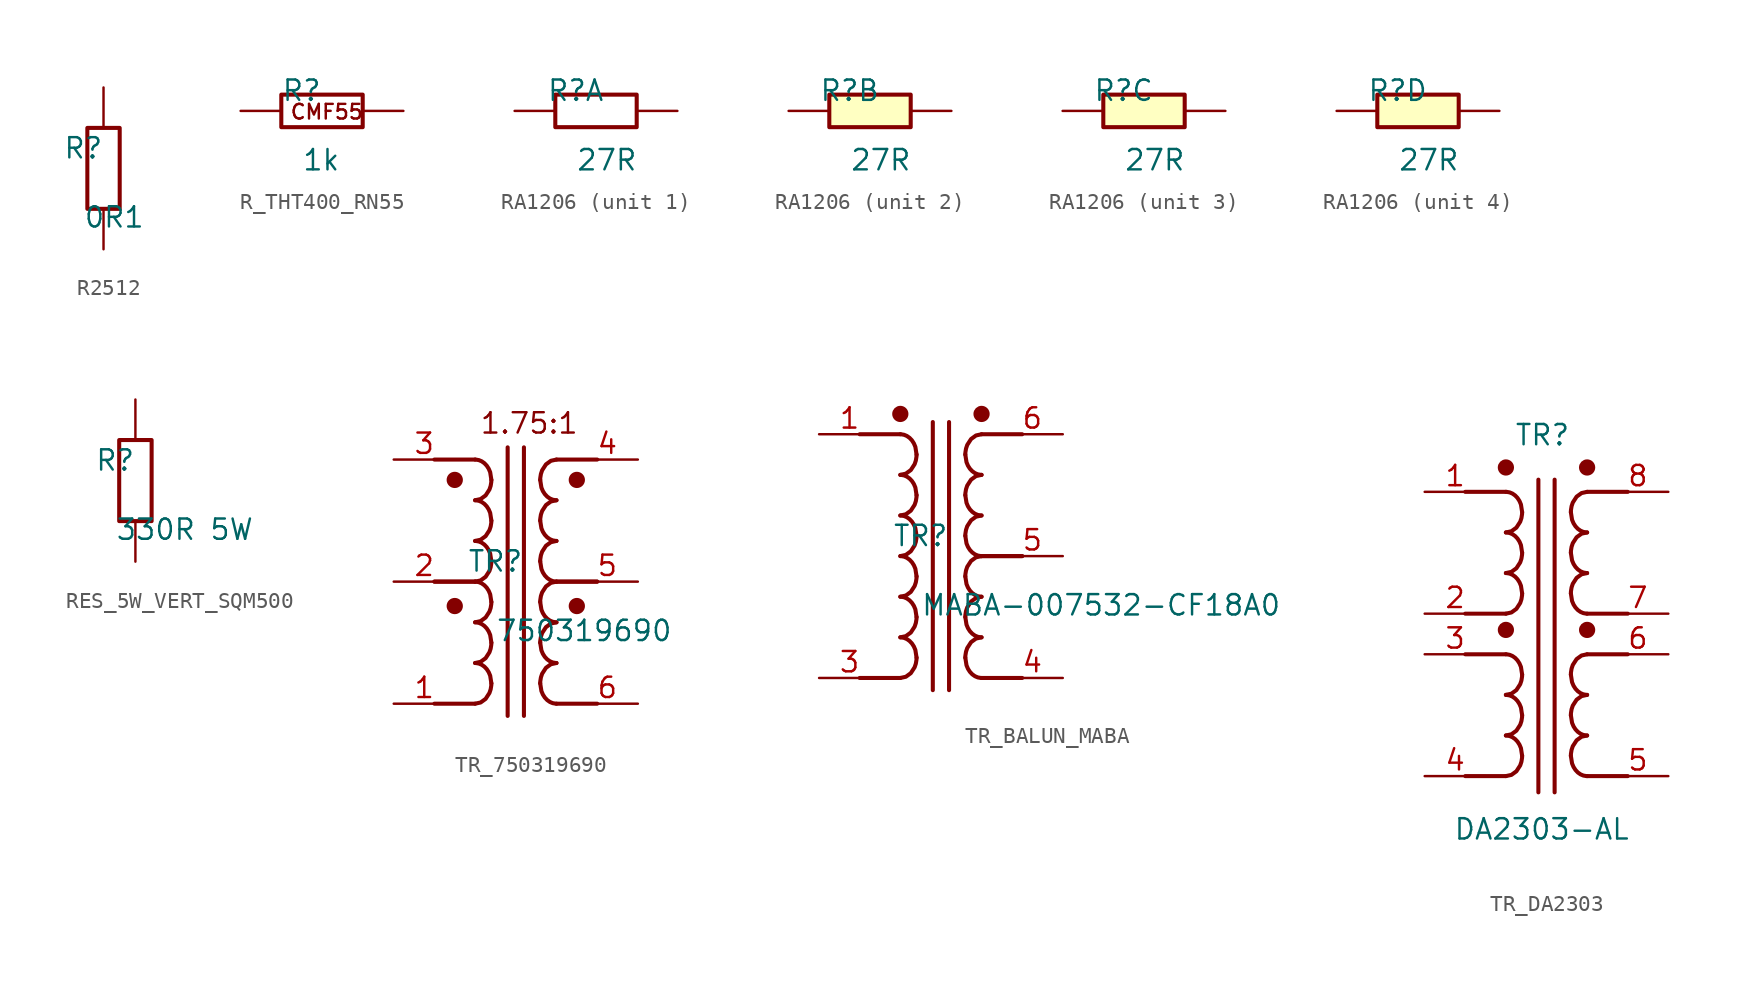
<source format=kicad_sym>
(kicad_symbol_lib
  (version 20231120)
  (generator "kicad_symbol_editor")
  (generator_version "8.0")
  (symbol "R2512"
    (property "Reference" "R"
      (at -1.27 1.27 0)
      (effects (font (size 1.27 1.27))))
    (property "Value" "0R1"
      (at -1.27 -3.81 0)
      (effects (font (size 1.27 1.27)) (justify left bottom)))
    (symbol "R2512_1_0"
      (rectangle (start -1.016 2.54) (end 1.016 -2.54) (stroke (width 0.254) (type solid)) (fill (type none)))
      (pin passive line (at 0 5.08 270) (length 2.54) (name "1" (effects (font (size 0 0)))) (number "1" (effects (font (size 0 0)))))
      (pin passive line (at 0 -5.08 90) (length 2.54) (name "2" (effects (font (size 0 0)))) (number "2" (effects (font (size 0 0)))))))
  (symbol "R_THT400_RN55"
    (property "Reference" "R"
      (at -1.27 1.27 0)
      (effects (font (size 1.27 1.27))))
    (property "Value" "1k"
      (at -1.27 -3.81 0)
      (effects (font (size 1.27 1.27)) (justify left bottom)))
    (symbol "R_THT400_RN55_1_0"
      (rectangle (start -2.54 1.016) (end 2.54 -1.016) (stroke (width 0.254) (type solid)) (fill (type none)))
      (text "CMF55" (at -2.041 -0.594 0) (effects (font (size 0.914 0.914)) (justify left bottom)))
      (pin passive line (at -5.08 0 0) (length 2.54) (name "1" (effects (font (size 0 0)))) (number "1" (effects (font (size 0 0)))))
      (pin passive line (at 5.08 0 180) (length 2.54) (name "2" (effects (font (size 0 0)))) (number "2" (effects (font (size 0 0)))))))
  (symbol "RA1206"
    (property "Reference" "R"
      (at -1.27 1.27 0)
      (effects (font (size 1.27 1.27))))
    (property "Value" "27R"
      (at -1.27 -3.81 0)
      (effects (font (size 1.27 1.27)) (justify left bottom)))
    (symbol "RA1206_1_0"
      (rectangle (start -2.54 1.016) (end 2.54 -1.016) (stroke (width 0.254) (type solid)) (fill (type none)))
      (pin passive line (at -5.08 0 0) (length 2.54) (name "1" (effects (font (size 0 0)))) (number "1" (effects (font (size 0 0)))))
      (pin passive line (at 5.08 0 180) (length 2.54) (name "8" (effects (font (size 0 0)))) (number "8" (effects (font (size 0 0))))))
    (symbol "RA1206_2_0"
      (rectangle (start 2.54 1.016) (end -2.54 -1.016) (stroke (width 0.254) (type solid)) (fill (type background)))
      (pin passive line (at -5.08 0 0) (length 2.54) (name "2" (effects (font (size 0 0)))) (number "2" (effects (font (size 0 0)))))
      (pin passive line (at 5.08 0 180) (length 2.54) (name "7" (effects (font (size 0 0)))) (number "7" (effects (font (size 0 0))))))
    (symbol "RA1206_3_0"
      (rectangle (start 2.54 1.016) (end -2.54 -1.016) (stroke (width 0.254) (type solid)) (fill (type background)))
      (pin passive line (at -5.08 0 0) (length 2.54) (name "3" (effects (font (size 0 0)))) (number "3" (effects (font (size 0 0)))))
      (pin passive line (at 5.08 0 180) (length 2.54) (name "6" (effects (font (size 0 0)))) (number "6" (effects (font (size 0 0))))))
    (symbol "RA1206_4_0"
      (rectangle (start 2.54 1.016) (end -2.54 -1.016) (stroke (width 0.254) (type solid)) (fill (type background)))
      (pin passive line (at -5.08 0 0) (length 2.54) (name "4" (effects (font (size 0 0)))) (number "4" (effects (font (size 0 0)))))
      (pin passive line (at 5.08 0 180) (length 2.54) (name "5" (effects (font (size 0 0)))) (number "5" (effects (font (size 0 0)))))))
  (symbol "RES_5W_VERT_SQM500"
    (property "Reference" "R"
      (at -1.27 1.27 0)
      (effects (font (size 1.27 1.27))))
    (property "Value" "330R 5W"
      (at -1.27 -3.81 0)
      (effects (font (size 1.27 1.27)) (justify left bottom)))
    (symbol "RES_5W_VERT_SQM500_1_0"
      (rectangle (start -1.016 2.54) (end 1.016 -2.54) (stroke (width 0.254) (type solid)) (fill (type none)))
      (pin passive line (at 0 5.08 270) (length 2.54) (name "1" (effects (font (size 0 0)))) (number "1" (effects (font (size 0 0)))))
      (pin passive line (at 0 -5.08 90) (length 2.54) (name "2" (effects (font (size 0 0)))) (number "2" (effects (font (size 0 0)))))))
  (symbol "TR_750319690"
    (property "Reference" "TR"
      (at -1.27 1.27 0)
      (effects (font (size 1.27 1.27))))
    (property "Value" "750319690"
      (at -1.27 -3.81 0)
      (effects (font (size 1.27 1.27)) (justify left bottom)))
    (symbol "TR_750319690_1_0"
      (circle (center -3.81 -1.524) (radius 0.254) (stroke (width 0.508) (type solid)) (fill (type none)))
      (circle (center -3.81 6.35) (radius 0.254) (stroke (width 0.508) (type solid)) (fill (type none)))
      (bezier (pts (xy -2.54 -7.62) (xy -1.979 -7.62) (xy -1.524 -7.051) (xy -1.524 -6.35)) (stroke (width 0.254) (type solid)) (fill (type none)))
      (bezier (pts (xy -2.54 -5.08) (xy -1.979 -5.08) (xy -1.524 -4.511) (xy -1.524 -3.81)) (stroke (width 0.254) (type solid)) (fill (type none)))
      (bezier (pts (xy -2.54 -2.54) (xy -1.979 -2.54) (xy -1.524 -1.971) (xy -1.524 -1.27)) (stroke (width 0.254) (type solid)) (fill (type none)))
      (bezier (pts (xy -2.54 0) (xy -1.979 0) (xy -1.524 0.569) (xy -1.524 1.27)) (stroke (width 0.254) (type solid)) (fill (type none)))
      (bezier (pts (xy -2.54 2.54) (xy -1.979 2.54) (xy -1.524 3.108) (xy -1.524 3.81)) (stroke (width 0.254) (type solid)) (fill (type none)))
      (bezier (pts (xy -2.54 5.08) (xy -1.979 5.08) (xy -1.524 5.649) (xy -1.524 6.35)) (stroke (width 0.254) (type solid)) (fill (type none)))
      (bezier (pts (xy -1.524 -6.35) (xy -1.524 -5.649) (xy -1.979 -5.08) (xy -2.54 -5.08)) (stroke (width 0.254) (type solid)) (fill (type none)))
      (bezier (pts (xy -1.524 -3.81) (xy -1.524 -3.108) (xy -1.979 -2.54) (xy -2.54 -2.54)) (stroke (width 0.254) (type solid)) (fill (type none)))
      (bezier (pts (xy -1.524 -1.27) (xy -1.524 -0.569) (xy -1.979 0) (xy -2.54 0)) (stroke (width 0.254) (type solid)) (fill (type none)))
      (bezier (pts (xy -1.524 1.27) (xy -1.524 1.971) (xy -1.979 2.54) (xy -2.54 2.54)) (stroke (width 0.254) (type solid)) (fill (type none)))
      (bezier (pts (xy -1.524 3.81) (xy -1.524 4.511) (xy -1.979 5.08) (xy -2.54 5.08)) (stroke (width 0.254) (type solid)) (fill (type none)))
      (bezier (pts (xy -1.524 6.35) (xy -1.524 7.051) (xy -1.979 7.62) (xy -2.54 7.62)) (stroke (width 0.254) (type solid)) (fill (type none)))
      (polyline (pts (xy -2.54 -7.62) (xy -5.08 -7.62)) (stroke (width 0.254) (type solid)) (fill (type none)))
      (polyline (pts (xy -2.54 0) (xy -5.08 0)) (stroke (width 0.254) (type solid)) (fill (type none)))
      (polyline (pts (xy -2.54 0) (xy -5.08 0)) (stroke (width 0.254) (type solid)) (fill (type none)))
      (polyline (pts (xy -2.54 7.62) (xy -5.08 7.62)) (stroke (width 0.254) (type solid)) (fill (type none)))
      (polyline (pts (xy -0.508 -8.382) (xy -0.508 8.382)) (stroke (width 0.254) (type solid)) (fill (type none)))
      (polyline (pts (xy 0.508 -8.382) (xy 0.508 8.382)) (stroke (width 0.254) (type solid)) (fill (type none)))
      (polyline (pts (xy 2.54 -7.62) (xy 5.08 -7.62)) (stroke (width 0.254) (type solid)) (fill (type none)))
      (polyline (pts (xy 2.54 0) (xy 5.08 0)) (stroke (width 0.254) (type solid)) (fill (type none)))
      (polyline (pts (xy 2.54 0) (xy 5.08 0)) (stroke (width 0.254) (type solid)) (fill (type none)))
      (polyline (pts (xy 2.54 7.62) (xy 5.08 7.62)) (stroke (width 0.254) (type solid)) (fill (type none)))
      (bezier (pts (xy 1.524 -6.35) (xy 1.524 -7.051) (xy 1.979 -7.62) (xy 2.54 -7.62)) (stroke (width 0.254) (type solid)) (fill (type none)))
      (bezier (pts (xy 1.524 -3.81) (xy 1.524 -4.511) (xy 1.979 -5.08) (xy 2.54 -5.08)) (stroke (width 0.254) (type solid)) (fill (type none)))
      (bezier (pts (xy 1.524 -1.27) (xy 1.524 -1.971) (xy 1.979 -2.54) (xy 2.54 -2.54)) (stroke (width 0.254) (type solid)) (fill (type none)))
      (bezier (pts (xy 1.524 1.27) (xy 1.524 0.569) (xy 1.979 0) (xy 2.54 0)) (stroke (width 0.254) (type solid)) (fill (type none)))
      (bezier (pts (xy 1.524 3.81) (xy 1.524 3.108) (xy 1.979 2.54) (xy 2.54 2.54)) (stroke (width 0.254) (type solid)) (fill (type none)))
      (bezier (pts (xy 1.524 6.35) (xy 1.524 5.649) (xy 1.979 5.08) (xy 2.54 5.08)) (stroke (width 0.254) (type solid)) (fill (type none)))
      (bezier (pts (xy 2.54 -5.08) (xy 1.979 -5.08) (xy 1.524 -5.649) (xy 1.524 -6.35)) (stroke (width 0.254) (type solid)) (fill (type none)))
      (bezier (pts (xy 2.54 -2.54) (xy 1.979 -2.54) (xy 1.524 -3.108) (xy 1.524 -3.81)) (stroke (width 0.254) (type solid)) (fill (type none)))
      (bezier (pts (xy 2.54 0) (xy 1.979 0) (xy 1.524 -0.569) (xy 1.524 -1.27)) (stroke (width 0.254) (type solid)) (fill (type none)))
      (bezier (pts (xy 2.54 2.54) (xy 1.979 2.54) (xy 1.524 1.971) (xy 1.524 1.27)) (stroke (width 0.254) (type solid)) (fill (type none)))
      (bezier (pts (xy 2.54 5.08) (xy 1.979 5.08) (xy 1.524 4.511) (xy 1.524 3.81)) (stroke (width 0.254) (type solid)) (fill (type none)))
      (bezier (pts (xy 2.54 7.62) (xy 1.979 7.62) (xy 1.524 7.051) (xy 1.524 6.35)) (stroke (width 0.254) (type solid)) (fill (type none)))
      (circle (center 3.81 -1.524) (radius 0.254) (stroke (width 0.508) (type solid)) (fill (type none)))
      (circle (center 3.81 6.35) (radius 0.254) (stroke (width 0.508) (type solid)) (fill (type none)))
      (text "1.75:1" (at -2.286 9.144 0) (effects (font (size 1.27 1.27)) (justify left bottom)))
      (pin passive line (at -7.62 -7.62 0) (length 3.81) (name "16" (effects (font (size 0 0)))) (number "1" (effects (font (size 1.27 1.27)))))
      (pin passive line (at -7.62 0 0) (length 3.81) (name "14" (effects (font (size 0 0)))) (number "2" (effects (font (size 1.27 1.27)))))
      (pin passive line (at -7.62 7.62 0) (length 3.81) (name "13" (effects (font (size 0 0)))) (number "3" (effects (font (size 1.27 1.27)))))
      (pin passive line (at 7.62 7.62 180) (length 3.81) (name "13" (effects (font (size 0 0)))) (number "4" (effects (font (size 1.27 1.27)))))
      (pin passive line (at 7.62 0 180) (length 3.81) (name "14" (effects (font (size 0 0)))) (number "5" (effects (font (size 1.27 1.27)))))
      (pin passive line (at 7.62 -7.62 180) (length 3.81) (name "16" (effects (font (size 0 0)))) (number "6" (effects (font (size 1.27 1.27)))))))
  (symbol "TR_BALUN_MABA"
    (property "Reference" "TR"
      (at -1.27 1.27 0)
      (effects (font (size 1.27 1.27))))
    (property "Value" "MABA-007532-CF18A0"
      (at -1.27 -3.81 0)
      (effects (font (size 1.27 1.27)) (justify left bottom)))
    (symbol "TR_BALUN_MABA_1_0"
      (bezier (pts (xy -2.54 -7.62) (xy -1.979 -7.62) (xy -1.524 -7.051) (xy -1.524 -6.35)) (stroke (width 0.254) (type solid)) (fill (type none)))
      (bezier (pts (xy -2.54 -5.08) (xy -1.979 -5.08) (xy -1.524 -4.511) (xy -1.524 -3.81)) (stroke (width 0.254) (type solid)) (fill (type none)))
      (bezier (pts (xy -2.54 -2.54) (xy -1.979 -2.54) (xy -1.524 -1.971) (xy -1.524 -1.27)) (stroke (width 0.254) (type solid)) (fill (type none)))
      (bezier (pts (xy -2.54 0) (xy -1.979 0) (xy -1.524 0.569) (xy -1.524 1.27)) (stroke (width 0.254) (type solid)) (fill (type none)))
      (bezier (pts (xy -2.54 2.54) (xy -1.979 2.54) (xy -1.524 3.108) (xy -1.524 3.81)) (stroke (width 0.254) (type solid)) (fill (type none)))
      (bezier (pts (xy -2.54 5.08) (xy -1.979 5.08) (xy -1.524 5.649) (xy -1.524 6.35)) (stroke (width 0.254) (type solid)) (fill (type none)))
      (circle (center -2.54 8.89) (radius 0.254) (stroke (width 0.508) (type solid)) (fill (type none)))
      (bezier (pts (xy -1.524 -6.35) (xy -1.524 -5.649) (xy -1.979 -5.08) (xy -2.54 -5.08)) (stroke (width 0.254) (type solid)) (fill (type none)))
      (bezier (pts (xy -1.524 -3.81) (xy -1.524 -3.108) (xy -1.979 -2.54) (xy -2.54 -2.54)) (stroke (width 0.254) (type solid)) (fill (type none)))
      (bezier (pts (xy -1.524 -1.27) (xy -1.524 -0.569) (xy -1.979 0) (xy -2.54 0)) (stroke (width 0.254) (type solid)) (fill (type none)))
      (bezier (pts (xy -1.524 1.27) (xy -1.524 1.971) (xy -1.979 2.54) (xy -2.54 2.54)) (stroke (width 0.254) (type solid)) (fill (type none)))
      (bezier (pts (xy -1.524 3.81) (xy -1.524 4.511) (xy -1.979 5.08) (xy -2.54 5.08)) (stroke (width 0.254) (type solid)) (fill (type none)))
      (bezier (pts (xy -1.524 6.35) (xy -1.524 7.051) (xy -1.979 7.62) (xy -2.54 7.62)) (stroke (width 0.254) (type solid)) (fill (type none)))
      (polyline (pts (xy -2.54 -7.62) (xy -5.08 -7.62)) (stroke (width 0.254) (type solid)) (fill (type none)))
      (polyline (pts (xy -2.54 7.62) (xy -5.08 7.62)) (stroke (width 0.254) (type solid)) (fill (type none)))
      (polyline (pts (xy -0.508 -8.382) (xy -0.508 8.382)) (stroke (width 0.254) (type solid)) (fill (type none)))
      (polyline (pts (xy 0.508 -8.382) (xy 0.508 8.382)) (stroke (width 0.254) (type solid)) (fill (type none)))
      (polyline (pts (xy 2.54 -7.62) (xy 5.08 -7.62)) (stroke (width 0.254) (type solid)) (fill (type none)))
      (polyline (pts (xy 2.54 0) (xy 5.08 0)) (stroke (width 0.254) (type solid)) (fill (type none)))
      (polyline (pts (xy 2.54 0) (xy 5.08 0)) (stroke (width 0.254) (type solid)) (fill (type none)))
      (polyline (pts (xy 2.54 7.62) (xy 5.08 7.62)) (stroke (width 0.254) (type solid)) (fill (type none)))
      (bezier (pts (xy 1.524 -6.35) (xy 1.524 -7.051) (xy 1.979 -7.62) (xy 2.54 -7.62)) (stroke (width 0.254) (type solid)) (fill (type none)))
      (bezier (pts (xy 1.524 -3.81) (xy 1.524 -4.511) (xy 1.979 -5.08) (xy 2.54 -5.08)) (stroke (width 0.254) (type solid)) (fill (type none)))
      (bezier (pts (xy 1.524 -1.27) (xy 1.524 -1.971) (xy 1.979 -2.54) (xy 2.54 -2.54)) (stroke (width 0.254) (type solid)) (fill (type none)))
      (bezier (pts (xy 1.524 1.27) (xy 1.524 0.569) (xy 1.979 0) (xy 2.54 0)) (stroke (width 0.254) (type solid)) (fill (type none)))
      (bezier (pts (xy 1.524 3.81) (xy 1.524 3.108) (xy 1.979 2.54) (xy 2.54 2.54)) (stroke (width 0.254) (type solid)) (fill (type none)))
      (bezier (pts (xy 1.524 6.35) (xy 1.524 5.649) (xy 1.979 5.08) (xy 2.54 5.08)) (stroke (width 0.254) (type solid)) (fill (type none)))
      (bezier (pts (xy 2.54 -5.08) (xy 1.979 -5.08) (xy 1.524 -5.649) (xy 1.524 -6.35)) (stroke (width 0.254) (type solid)) (fill (type none)))
      (bezier (pts (xy 2.54 -2.54) (xy 1.979 -2.54) (xy 1.524 -3.108) (xy 1.524 -3.81)) (stroke (width 0.254) (type solid)) (fill (type none)))
      (bezier (pts (xy 2.54 0) (xy 1.979 0) (xy 1.524 -0.569) (xy 1.524 -1.27)) (stroke (width 0.254) (type solid)) (fill (type none)))
      (bezier (pts (xy 2.54 2.54) (xy 1.979 2.54) (xy 1.524 1.971) (xy 1.524 1.27)) (stroke (width 0.254) (type solid)) (fill (type none)))
      (bezier (pts (xy 2.54 5.08) (xy 1.979 5.08) (xy 1.524 4.511) (xy 1.524 3.81)) (stroke (width 0.254) (type solid)) (fill (type none)))
      (bezier (pts (xy 2.54 7.62) (xy 1.979 7.62) (xy 1.524 7.051) (xy 1.524 6.35)) (stroke (width 0.254) (type solid)) (fill (type none)))
      (circle (center 2.54 8.89) (radius 0.254) (stroke (width 0.508) (type solid)) (fill (type none)))
      (pin passive line (at -7.62 7.62 0) (length 3.81) (name "13" (effects (font (size 0 0)))) (number "1" (effects (font (size 1.27 1.27)))))
      (pin passive line (at -7.62 -7.62 0) (length 3.81) (name "14" (effects (font (size 0 0)))) (number "3" (effects (font (size 1.27 1.27)))))
      (pin passive line (at 7.62 -7.62 180) (length 3.81) (name "17" (effects (font (size 0 0)))) (number "4" (effects (font (size 1.27 1.27)))))
      (pin passive line (at 7.62 0 180) (length 3.81) (name "19" (effects (font (size 0 0)))) (number "5" (effects (font (size 1.27 1.27)))))
      (pin passive line (at 7.62 7.62 180) (length 3.81) (name "20" (effects (font (size 0 0)))) (number "6" (effects (font (size 1.27 1.27)))))))
  (symbol "TR_DA2303"
    (property "Reference" "TR"
      (at -0.254 11.176 0)
      (effects (font (size 1.27 1.27))))
    (property "Value" "DA2303-AL"
      (at -5.842 -14.224 0)
      (effects (font (size 1.27 1.27)) (justify left bottom)))
    (symbol "TR_DA2303_1_0"
      (bezier (pts (xy -2.54 -10.16) (xy -1.979 -10.16) (xy -1.524 -9.591) (xy -1.524 -8.89)) (stroke (width 0.254) (type solid)) (fill (type none)))
      (bezier (pts (xy -2.54 -7.62) (xy -1.979 -7.62) (xy -1.524 -7.051) (xy -1.524 -6.35)) (stroke (width 0.254) (type solid)) (fill (type none)))
      (bezier (pts (xy -2.54 -5.08) (xy -1.979 -5.08) (xy -1.524 -4.511) (xy -1.524 -3.81)) (stroke (width 0.254) (type solid)) (fill (type none)))
      (circle (center -2.54 -1.016) (radius 0.254) (stroke (width 0.508) (type solid)) (fill (type none)))
      (bezier (pts (xy -2.54 0) (xy -1.979 0) (xy -1.524 0.569) (xy -1.524 1.27)) (stroke (width 0.254) (type solid)) (fill (type none)))
      (bezier (pts (xy -2.54 2.54) (xy -1.979 2.54) (xy -1.524 3.108) (xy -1.524 3.81)) (stroke (width 0.254) (type solid)) (fill (type none)))
      (bezier (pts (xy -2.54 5.08) (xy -1.979 5.08) (xy -1.524 5.649) (xy -1.524 6.35)) (stroke (width 0.254) (type solid)) (fill (type none)))
      (circle (center -2.54 9.144) (radius 0.254) (stroke (width 0.508) (type solid)) (fill (type none)))
      (bezier (pts (xy -1.524 -8.89) (xy -1.524 -8.188) (xy -1.979 -7.62) (xy -2.54 -7.62)) (stroke (width 0.254) (type solid)) (fill (type none)))
      (bezier (pts (xy -1.524 -6.35) (xy -1.524 -5.649) (xy -1.979 -5.08) (xy -2.54 -5.08)) (stroke (width 0.254) (type solid)) (fill (type none)))
      (bezier (pts (xy -1.524 -3.81) (xy -1.524 -3.108) (xy -1.979 -2.54) (xy -2.54 -2.54)) (stroke (width 0.254) (type solid)) (fill (type none)))
      (bezier (pts (xy -1.524 1.27) (xy -1.524 1.971) (xy -1.979 2.54) (xy -2.54 2.54)) (stroke (width 0.254) (type solid)) (fill (type none)))
      (bezier (pts (xy -1.524 3.81) (xy -1.524 4.511) (xy -1.979 5.08) (xy -2.54 5.08)) (stroke (width 0.254) (type solid)) (fill (type none)))
      (bezier (pts (xy -1.524 6.35) (xy -1.524 7.051) (xy -1.979 7.62) (xy -2.54 7.62)) (stroke (width 0.254) (type solid)) (fill (type none)))
      (polyline (pts (xy -2.54 -10.16) (xy -5.08 -10.16)) (stroke (width 0.254) (type solid)) (fill (type none)))
      (polyline (pts (xy -2.54 -2.54) (xy -5.08 -2.54)) (stroke (width 0.254) (type solid)) (fill (type none)))
      (polyline (pts (xy -2.54 0) (xy -5.08 0)) (stroke (width 0.254) (type solid)) (fill (type none)))
      (polyline (pts (xy -2.54 7.62) (xy -5.08 7.62)) (stroke (width 0.254) (type solid)) (fill (type none)))
      (polyline (pts (xy -0.508 -11.176) (xy -0.508 8.382)) (stroke (width 0.254) (type solid)) (fill (type none)))
      (polyline (pts (xy 0.508 -11.176) (xy 0.508 8.382)) (stroke (width 0.254) (type solid)) (fill (type none)))
      (polyline (pts (xy 2.54 -10.16) (xy 5.08 -10.16)) (stroke (width 0.254) (type solid)) (fill (type none)))
      (polyline (pts (xy 2.54 -2.54) (xy 5.08 -2.54)) (stroke (width 0.254) (type solid)) (fill (type none)))
      (polyline (pts (xy 2.54 0) (xy 5.08 0)) (stroke (width 0.254) (type solid)) (fill (type none)))
      (polyline (pts (xy 2.54 7.62) (xy 5.08 7.62)) (stroke (width 0.254) (type solid)) (fill (type none)))
      (bezier (pts (xy 1.524 -8.89) (xy 1.524 -9.591) (xy 1.979 -10.16) (xy 2.54 -10.16)) (stroke (width 0.254) (type solid)) (fill (type none)))
      (bezier (pts (xy 1.524 -6.35) (xy 1.524 -7.051) (xy 1.979 -7.62) (xy 2.54 -7.62)) (stroke (width 0.254) (type solid)) (fill (type none)))
      (bezier (pts (xy 1.524 -3.81) (xy 1.524 -4.511) (xy 1.979 -5.08) (xy 2.54 -5.08)) (stroke (width 0.254) (type solid)) (fill (type none)))
      (bezier (pts (xy 1.524 1.27) (xy 1.524 0.569) (xy 1.979 0) (xy 2.54 0)) (stroke (width 0.254) (type solid)) (fill (type none)))
      (bezier (pts (xy 1.524 3.81) (xy 1.524 3.108) (xy 1.979 2.54) (xy 2.54 2.54)) (stroke (width 0.254) (type solid)) (fill (type none)))
      (bezier (pts (xy 1.524 6.35) (xy 1.524 5.649) (xy 1.979 5.08) (xy 2.54 5.08)) (stroke (width 0.254) (type solid)) (fill (type none)))
      (bezier (pts (xy 2.54 -7.62) (xy 1.979 -7.62) (xy 1.524 -8.188) (xy 1.524 -8.89)) (stroke (width 0.254) (type solid)) (fill (type none)))
      (bezier (pts (xy 2.54 -5.08) (xy 1.979 -5.08) (xy 1.524 -5.649) (xy 1.524 -6.35)) (stroke (width 0.254) (type solid)) (fill (type none)))
      (bezier (pts (xy 2.54 -2.54) (xy 1.979 -2.54) (xy 1.524 -3.108) (xy 1.524 -3.81)) (stroke (width 0.254) (type solid)) (fill (type none)))
      (circle (center 2.54 -1.016) (radius 0.254) (stroke (width 0.508) (type solid)) (fill (type none)))
      (bezier (pts (xy 2.54 2.54) (xy 1.979 2.54) (xy 1.524 1.971) (xy 1.524 1.27)) (stroke (width 0.254) (type solid)) (fill (type none)))
      (bezier (pts (xy 2.54 5.08) (xy 1.979 5.08) (xy 1.524 4.511) (xy 1.524 3.81)) (stroke (width 0.254) (type solid)) (fill (type none)))
      (bezier (pts (xy 2.54 7.62) (xy 1.979 7.62) (xy 1.524 7.051) (xy 1.524 6.35)) (stroke (width 0.254) (type solid)) (fill (type none)))
      (circle (center 2.54 9.144) (radius 0.254) (stroke (width 0.508) (type solid)) (fill (type none)))
      (pin passive line (at -7.62 7.62 0) (length 3.81) (name "13" (effects (font (size 0 0)))) (number "1" (effects (font (size 1.27 1.27)))))
      (pin passive line (at -7.62 0 0) (length 3.81) (name "14" (effects (font (size 0 0)))) (number "2" (effects (font (size 1.27 1.27)))))
      (pin passive line (at -7.62 -2.54 0) (length 3.81) (name "15" (effects (font (size 0 0)))) (number "3" (effects (font (size 1.27 1.27)))))
      (pin passive line (at -7.62 -10.16 0) (length 3.81) (name "16" (effects (font (size 0 0)))) (number "4" (effects (font (size 1.27 1.27)))))
      (pin passive line (at 7.62 -10.16 180) (length 3.81) (name "17" (effects (font (size 0 0)))) (number "5" (effects (font (size 1.27 1.27)))))
      (pin passive line (at 7.62 -2.54 180) (length 3.81) (name "18" (effects (font (size 0 0)))) (number "6" (effects (font (size 1.27 1.27)))))
      (pin passive line (at 7.62 0 180) (length 3.81) (name "19" (effects (font (size 0 0)))) (number "7" (effects (font (size 1.27 1.27)))))
      (pin passive line (at 7.62 7.62 180) (length 3.81) (name "20" (effects (font (size 0 0)))) (number "8" (effects (font (size 1.27 1.27))))))))
</source>
